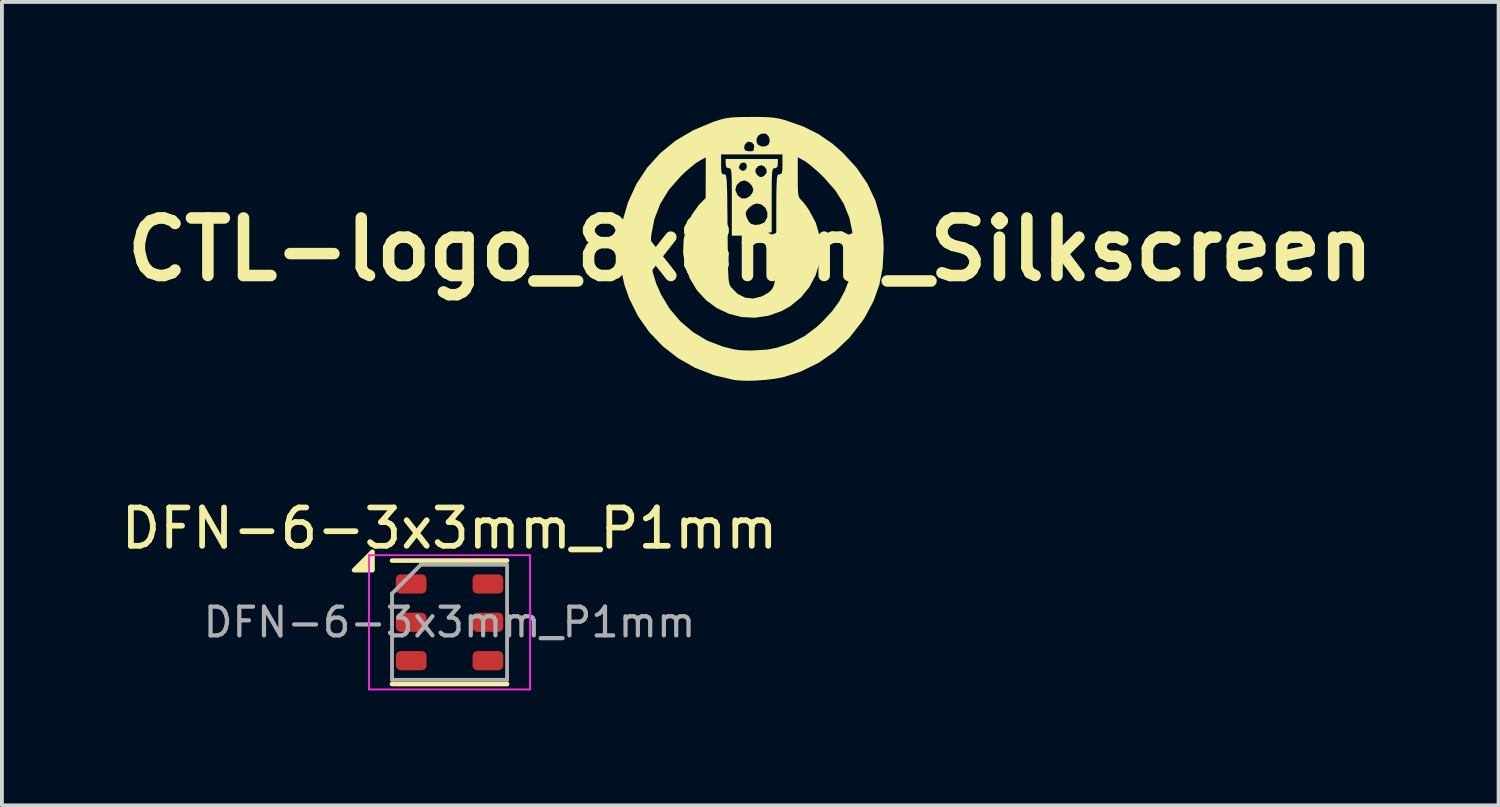
<source format=kicad_pcb>
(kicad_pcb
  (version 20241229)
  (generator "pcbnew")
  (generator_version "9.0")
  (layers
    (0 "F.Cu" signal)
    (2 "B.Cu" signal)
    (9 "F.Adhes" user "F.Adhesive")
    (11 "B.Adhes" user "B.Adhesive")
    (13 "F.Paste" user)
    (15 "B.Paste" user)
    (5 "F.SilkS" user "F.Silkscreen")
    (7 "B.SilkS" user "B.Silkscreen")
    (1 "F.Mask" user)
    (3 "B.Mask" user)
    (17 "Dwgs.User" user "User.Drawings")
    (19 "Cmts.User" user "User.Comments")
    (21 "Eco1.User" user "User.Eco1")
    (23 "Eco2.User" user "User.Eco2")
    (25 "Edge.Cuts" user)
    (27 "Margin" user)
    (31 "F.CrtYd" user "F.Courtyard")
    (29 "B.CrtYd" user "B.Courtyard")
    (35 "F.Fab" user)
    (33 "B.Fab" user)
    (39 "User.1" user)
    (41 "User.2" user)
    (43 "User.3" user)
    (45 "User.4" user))
  (footprint "CTL-logo_8x8mm_Silkscreen"
    (layer "F.Cu")
    (at 16.514 3.456)
    (property "Reference" "CTL-logo_8x8mm_Silkscreen" (at 0 0 0) (layer "F.SilkS") (effects (font (size 1.5 1.5) (thickness 0.3))))
    (attr board_only exclude_from_pos_files exclude_from_bom)
    (fp_poly (pts (xy 0.72 -2.24) (xy 0.707 -2.152) (xy 0.661 -2.121) (xy 0.64 -2.12) (xy 0.613 -2.117) (xy 0.593 -2.101) (xy 0.579 -2.062) (xy 0.57 -1.991) (xy 0.564 -1.876) (xy 0.561 -1.708) (xy 0.56 -1.476) (xy 0.56 -1.285) (xy 0.56 -0.45) (xy 0.258 -0.405) (xy 0.073 -0.382) (xy -0.117 -0.366) (xy -0.262 -0.36) (xy -0.48 -0.36) (xy -0.48 -0.939) (xy -0.12 -0.939) (xy -0.096 -0.839) (xy -0.041 -0.733) (xy 0.016 -0.671) (xy 0.121 -0.64) (xy 0.249 -0.652) (xy 0.358 -0.7) (xy 0.38 -0.721) (xy 0.445 -0.842) (xy 0.446 -0.972) (xy 0.392 -1.09) (xy 0.293 -1.172) (xy 0.174 -1.2) (xy 0.077 -1.171) (xy -0.023 -1.099) (xy -0.097 -1.009) (xy -0.12 -0.939) (xy -0.48 -0.939) (xy -0.48 -1.24) (xy -0.48 -1.527) (xy -0.481 -1.57) (xy -0.386 -1.57) (xy -0.381 -1.527) (xy -0.32 -1.4) (xy -0.224 -1.333) (xy -0.11 -1.332) (xy 0 -1.4) (xy 0.06 -1.487) (xy 0.08 -1.56) (xy 0.046 -1.66) (xy -0.036 -1.749) (xy -0.135 -1.798) (xy -0.16 -1.8) (xy -0.27 -1.765) (xy -0.352 -1.68) (xy -0.386 -1.57) (xy -0.481 -1.57) (xy -0.482 -1.743) (xy -0.485 -1.9) (xy -0.491 -2.005) (xy -0.502 -2.07) (xy -0.516 -2.105) (xy -0.537 -2.118) (xy -0.56 -2.12) (xy -0.619 -2.139) (xy -0.621 -2.146) (xy -0.297 -2.146) (xy -0.273 -2.092) (xy -0.199 -2.048) (xy -0.127 -2.071) (xy -0.115 -2.095) (xy 0.138 -2.095) (xy 0.141 -2.001) (xy 0.181 -1.945) (xy 0.252 -1.889) (xy 0.316 -1.894) (xy 0.377 -1.933) (xy 0.429 -2.008) (xy 0.422 -2.091) (xy 0.373 -2.162) (xy 0.296 -2.197) (xy 0.21 -2.176) (xy 0.138 -2.095) (xy -0.115 -2.095) (xy -0.087 -2.151) (xy -0.103 -2.235) (xy -0.162 -2.272) (xy -0.235 -2.251) (xy -0.265 -2.22) (xy -0.297 -2.146) (xy -0.621 -2.146) (xy -0.639 -2.209) (xy -0.64 -2.24) (xy -0.64 -2.36) (xy 0.04 -2.36) (xy 0.72 -2.36)) (stroke (width 0) (type solid)) (fill yes) (layer "F.SilkS"))
    (fp_poly (pts (xy 0.272 -3.456) (xy 0.464 -3.45) (xy 0.616 -3.436) (xy 0.749 -3.414) (xy 0.883 -3.381) (xy 0.929 -3.367) (xy 1.384 -3.207) (xy 1.783 -3.008) (xy 2.146 -2.758) (xy 2.414 -2.523) (xy 2.773 -2.131) (xy 3.057 -1.715) (xy 3.266 -1.269) (xy 3.404 -0.791) (xy 3.472 -0.276) (xy 3.48 -0.016) (xy 3.453 0.471) (xy 3.368 0.915) (xy 3.221 1.333) (xy 3.005 1.741) (xy 2.917 1.878) (xy 2.59 2.297) (xy 2.212 2.656) (xy 1.788 2.952) (xy 1.322 3.181) (xy 0.886 3.323) (xy 0.66 3.368) (xy 0.394 3.401) (xy 0.116 3.42) (xy -0.148 3.423) (xy -0.369 3.41) (xy -0.42 3.402) (xy -0.948 3.277) (xy -1.438 3.086) (xy -1.886 2.831) (xy -2.287 2.518) (xy -2.636 2.152) (xy -2.928 1.735) (xy -3.158 1.273) (xy -3.283 0.913) (xy -3.342 0.641) (xy -3.379 0.323) (xy -3.395 -0.014) (xy -3.395 -0.02) (xy -2.6 -0.02) (xy -2.586 0.315) (xy -2.538 0.608) (xy -2.45 0.892) (xy -2.322 1.18) (xy -2.099 1.549) (xy -1.818 1.878) (xy -1.489 2.156) (xy -1.124 2.375) (xy -0.734 2.525) (xy -0.7 2.534) (xy -0.526 2.579) (xy -0.399 2.608) (xy -0.288 2.624) (xy -0.163 2.631) (xy 0.007 2.635) (xy 0.044 2.635) (xy 0.455 2.609) (xy 0.696 2.561) (xy 1.078 2.434) (xy 1.419 2.256) (xy 1.738 2.016) (xy 1.902 1.862) (xy 2.141 1.603) (xy 2.324 1.349) (xy 2.469 1.072) (xy 2.586 0.77) (xy 2.637 0.605) (xy 2.669 0.456) (xy 2.687 0.292) (xy 2.693 0.085) (xy 2.694 0.02) (xy 2.669 -0.428) (xy 2.584 -0.83) (xy 2.436 -1.196) (xy 2.218 -1.54) (xy 1.928 -1.872) (xy 1.92 -1.88) (xy 1.769 -2.025) (xy 1.619 -2.156) (xy 1.49 -2.259) (xy 1.41 -2.313) (xy 1.24 -2.405) (xy 1.24 -1.889) (xy 1.241 -1.674) (xy 1.246 -1.524) (xy 1.256 -1.425) (xy 1.274 -1.362) (xy 1.301 -1.319) (xy 1.321 -1.299) (xy 1.387 -1.226) (xy 1.473 -1.114) (xy 1.537 -1.021) (xy 1.71 -0.694) (xy 1.81 -0.351) (xy 1.841 -0.002) (xy 1.805 0.342) (xy 1.705 0.673) (xy 1.543 0.979) (xy 1.323 1.25) (xy 1.047 1.477) (xy 0.826 1.602) (xy 0.476 1.728) (xy 0.122 1.78) (xy -0.227 1.761) (xy -0.561 1.675) (xy -0.872 1.528) (xy -1.151 1.323) (xy -1.388 1.065) (xy -1.575 0.757) (xy -1.699 0.419) (xy -1.75 0.082) (xy -1.736 -0.26) (xy -1.661 -0.592) (xy -1.529 -0.896) (xy -1.344 -1.157) (xy -1.297 -1.206) (xy -1.163 -1.34) (xy -1.161 -1.871) (xy -1.16 -2.402) (xy -1.328 -2.311) (xy -1.426 -2.245) (xy -1.561 -2.137) (xy -1.711 -2.005) (xy -1.821 -1.9) (xy -2.122 -1.556) (xy -2.347 -1.188) (xy -2.5 -0.79) (xy -2.583 -0.358) (xy -2.6 -0.02) (xy -3.395 -0.02) (xy -3.388 -0.34) (xy -3.356 -0.628) (xy -3.341 -0.705) (xy -3.189 -1.226) (xy -2.971 -1.703) (xy -2.69 -2.131) (xy -2.375 -2.48) (xy -0.76 -2.48) (xy -0.76 -2.22) (xy -0.757 -2.079) (xy -0.746 -2.001) (xy -0.721 -1.967) (xy -0.681 -1.96) (xy -0.661 -1.958) (xy -0.644 -1.945) (xy -0.631 -1.915) (xy -0.62 -1.859) (xy -0.612 -1.769) (xy -0.606 -1.639) (xy -0.601 -1.459) (xy -0.598 -1.223) (xy -0.595 -0.923) (xy -0.592 -0.551) (xy -0.591 -0.543) (xy -0.588 -0.168) (xy -0.585 0.135) (xy -0.581 0.375) (xy -0.576 0.56) (xy -0.57 0.699) (xy -0.561 0.799) (xy -0.55 0.87) (xy -0.535 0.92) (xy -0.517 0.957) (xy -0.496 0.987) (xy -0.328 1.157) (xy -0.134 1.255) (xy 0.076 1.279) (xy 0.292 1.226) (xy 0.381 1.181) (xy 0.456 1.136) (xy 0.518 1.09) (xy 0.566 1.037) (xy 0.604 0.967) (xy 0.633 0.873) (xy 0.653 0.746) (xy 0.666 0.579) (xy 0.674 0.362) (xy 0.678 0.089) (xy 0.68 -0.25) (xy 0.68 -0.576) (xy 0.68 -0.945) (xy 0.681 -1.242) (xy 0.682 -1.474) (xy 0.686 -1.65) (xy 0.691 -1.778) (xy 0.698 -1.864) (xy 0.708 -1.918) (xy 0.722 -1.947) (xy 0.739 -1.958) (xy 0.76 -1.96) (xy 0.803 -1.968) (xy 0.827 -2.004) (xy 0.838 -2.086) (xy 0.84 -2.22) (xy 0.84 -2.48) (xy 0.04 -2.48) (xy -0.76 -2.48) (xy -2.375 -2.48) (xy -2.348 -2.51) (xy -2.183 -2.645) (xy -0.16 -2.645) (xy -0.133 -2.587) (xy -0.084 -2.568) (xy -0.006 -2.56) (xy 0.06 -2.564) (xy 0.08 -2.577) (xy 0.092 -2.624) (xy 0.102 -2.652) (xy 0.098 -2.73) (xy 0.041 -2.791) (xy -0.04 -2.811) (xy -0.083 -2.799) (xy -0.144 -2.732) (xy -0.16 -2.645) (xy -2.183 -2.645) (xy -1.947 -2.837) (xy -1.869 -2.883) (xy 0.163 -2.883) (xy 0.169 -2.787) (xy 0.208 -2.728) (xy 0.3 -2.685) (xy 0.408 -2.693) (xy 0.48 -2.739) (xy 0.51 -2.83) (xy 0.49 -2.931) (xy 0.428 -3.007) (xy 0.401 -3.02) (xy 0.294 -3.021) (xy 0.21 -2.969) (xy 0.163 -2.883) (xy -1.869 -2.883) (xy -1.489 -3.108) (xy -0.977 -3.323) (xy -0.92 -3.342) (xy -0.778 -3.387) (xy -0.655 -3.418) (xy -0.531 -3.438) (xy -0.385 -3.449) (xy -0.197 -3.455) (xy 0.02 -3.456)) (stroke (width 0) (type solid)) (fill yes) (layer "F.SilkS")))
  (footprint "DFN-6-3x3mm_P1mm"
    (layer "F.Cu")
    (at 8.673 13.178)
    (property "Reference" "DFN-6-3x3mm_P1mm" (at 0 -2.45 0) (layer "F.SilkS") (effects (font (size 1 1) (thickness 0.15))))
    (attr smd)
    (fp_line (start -1.5 -1.61) (end 1.5 -1.61) (stroke (width 0.12) (type solid)) (layer "F.SilkS"))
    (fp_line (start -1.5 1.61) (end 1.5 1.61) (stroke (width 0.12) (type solid)) (layer "F.SilkS"))
    (fp_poly (pts (xy -2.01 -1.36) (xy -2.49 -1.36) (xy -2.01 -1.84) (xy -2.01 -1.36)) (stroke (width 0.12) (type solid)) (fill yes) (layer "F.SilkS"))
    (fp_line (start -2.1 -1.75) (end -2.1 1.75) (stroke (width 0.05) (type solid)) (layer "F.CrtYd"))
    (fp_line (start -2.1 1.75) (end 2.1 1.75) (stroke (width 0.05) (type solid)) (layer "F.CrtYd"))
    (fp_line (start 2.1 -1.75) (end -2.1 -1.75) (stroke (width 0.05) (type solid)) (layer "F.CrtYd"))
    (fp_line (start 2.1 1.75) (end 2.1 -1.75) (stroke (width 0.05) (type solid)) (layer "F.CrtYd"))
    (fp_line (start -1.5 -0.75) (end -0.75 -1.5) (stroke (width 0.1) (type solid)) (layer "F.Fab"))
    (fp_line (start -1.5 1.5) (end -1.5 -0.75) (stroke (width 0.1) (type solid)) (layer "F.Fab"))
    (fp_line (start -0.75 -1.5) (end 1.5 -1.5) (stroke (width 0.1) (type solid)) (layer "F.Fab"))
    (fp_line (start 1.5 -1.5) (end 1.5 1.5) (stroke (width 0.1) (type solid)) (layer "F.Fab"))
    (fp_line (start 1.5 1.5) (end -1.5 1.5) (stroke (width 0.1) (type solid)) (layer "F.Fab"))
    (fp_text user "${REFERENCE}" (at 0 0 0) (layer "F.Fab") (effects (font (size 0.75 0.75) (thickness 0.11))))
    (pad "1" smd roundrect (at -1 -1) (size 0.8 0.5) (layers "F.Cu" "F.Mask" "F.Paste") (roundrect_rratio 0.25))
    (pad "2" smd roundrect (at -1 0) (size 0.8 0.5) (layers "F.Cu" "F.Mask" "F.Paste") (roundrect_rratio 0.25))
    (pad "3" smd roundrect (at -1 1) (size 0.8 0.5) (layers "F.Cu" "F.Mask" "F.Paste") (roundrect_rratio 0.25))
    (pad "4" smd roundrect (at 1 1) (size 0.8 0.5) (layers "F.Cu" "F.Mask" "F.Paste") (roundrect_rratio 0.25))
    (pad "5" smd roundrect (at 1 0) (size 0.8 0.5) (layers "F.Cu" "F.Mask" "F.Paste") (roundrect_rratio 0.25))
    (pad "6" smd roundrect (at 1 -1) (size 0.8 0.5) (layers "F.Cu" "F.Mask" "F.Paste") (roundrect_rratio 0.25)))
  (gr_rect
    (start -3 -3)
    (end 36.029 17.953)
    (stroke (width 0.1) (type default))
    (fill no)
    (layer "Edge.Cuts")))
</source>
